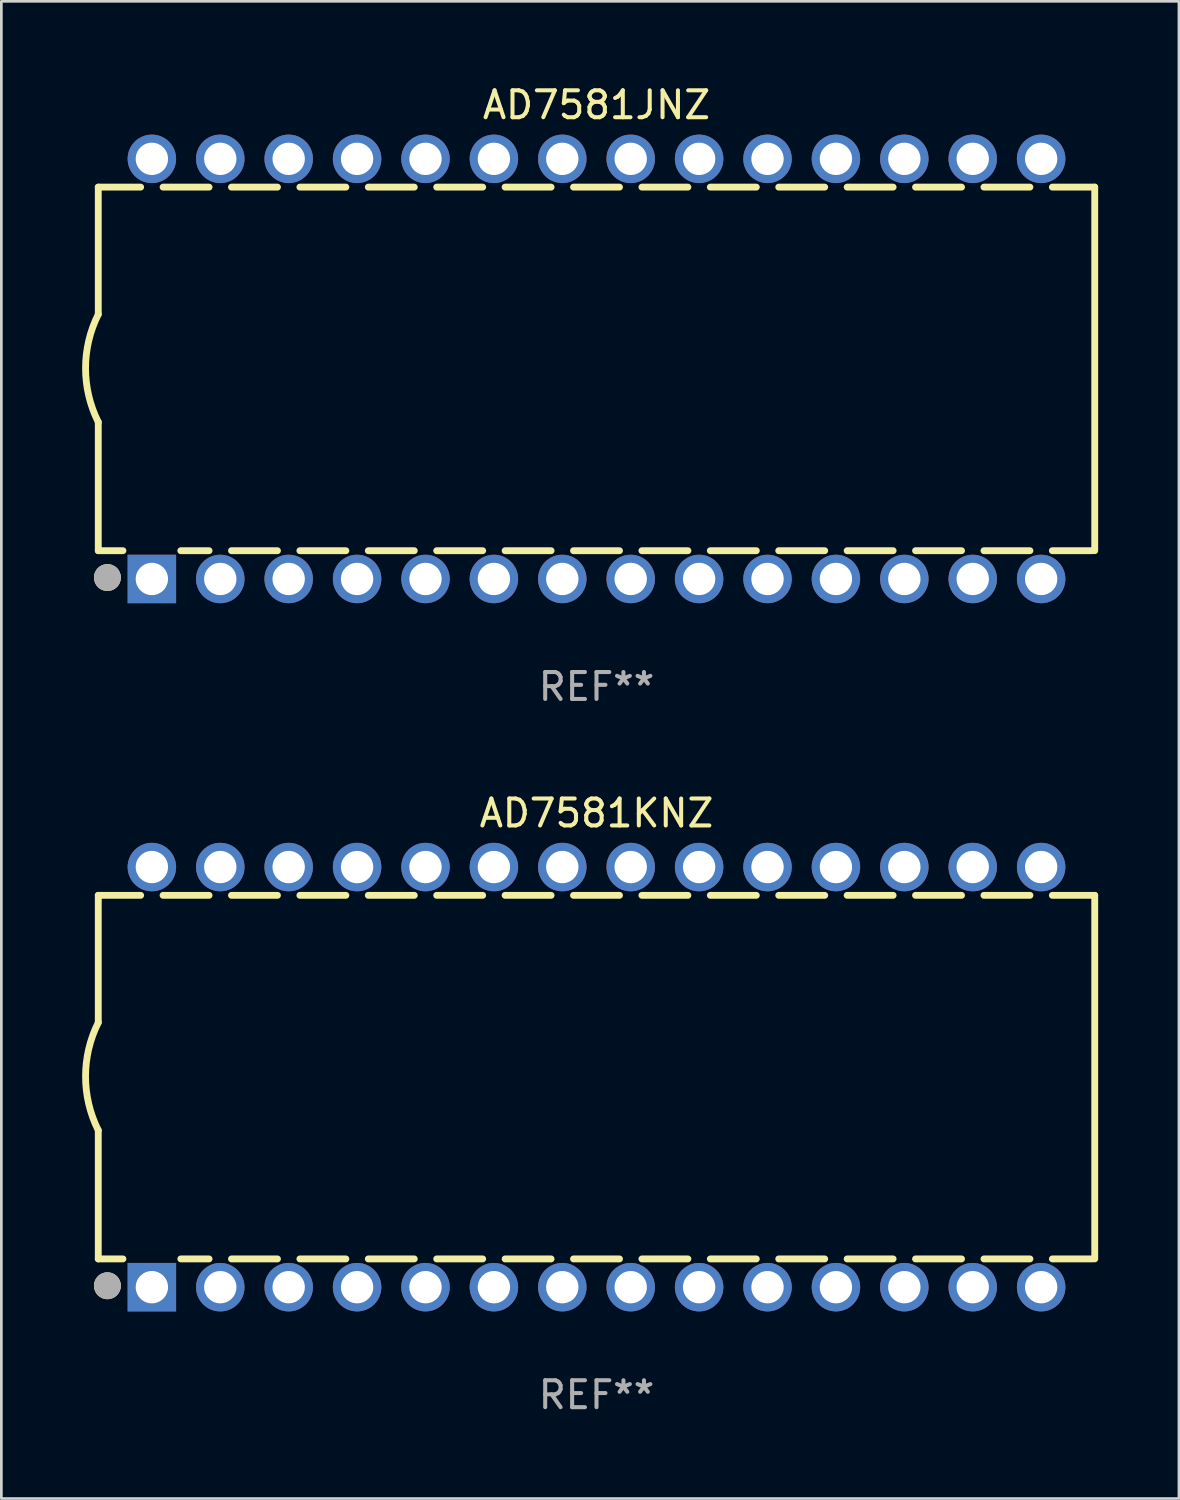
<source format=kicad_pcb>
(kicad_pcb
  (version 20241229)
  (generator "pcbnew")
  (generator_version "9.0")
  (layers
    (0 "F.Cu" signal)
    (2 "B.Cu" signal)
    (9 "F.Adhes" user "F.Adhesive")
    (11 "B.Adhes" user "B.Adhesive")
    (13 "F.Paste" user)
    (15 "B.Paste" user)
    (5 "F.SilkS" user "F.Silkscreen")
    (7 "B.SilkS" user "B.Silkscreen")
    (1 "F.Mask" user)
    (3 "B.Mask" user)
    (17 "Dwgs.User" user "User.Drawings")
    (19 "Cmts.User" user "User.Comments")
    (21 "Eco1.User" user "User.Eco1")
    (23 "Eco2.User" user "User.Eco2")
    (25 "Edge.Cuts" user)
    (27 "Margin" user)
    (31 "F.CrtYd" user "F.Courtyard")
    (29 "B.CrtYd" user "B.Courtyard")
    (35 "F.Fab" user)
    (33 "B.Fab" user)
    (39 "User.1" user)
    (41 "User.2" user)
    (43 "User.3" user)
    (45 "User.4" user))
  (footprint "AD7581JNZ"
    (layer "F.Cu")
    (at 19.099 10.648)
    (property "Reference" "AD7581JNZ" (at 0 -9.8 0) (layer "F.SilkS") (effects (font (size 1 1) (thickness 0.15))))
    (attr through_hole)
    (fp_line (start -18.5 -6.75) (end -18.5 -2.026) (stroke (width 0.254) (type solid)) (layer "F.SilkS"))
    (fp_line (start -18.5 -6.75) (end -16.926 -6.75) (stroke (width 0.254) (type solid)) (layer "F.SilkS"))
    (fp_line (start -18.5 6.75) (end -18.5 1.974) (stroke (width 0.254) (type solid)) (layer "F.SilkS"))
    (fp_line (start -18.5 6.75) (end -17.584 6.75) (stroke (width 0.254) (type solid)) (layer "F.SilkS"))
    (fp_line (start -16.094 -6.75) (end -14.386 -6.75) (stroke (width 0.254) (type solid)) (layer "F.SilkS"))
    (fp_line (start -15.436 6.75) (end -14.386 6.75) (stroke (width 0.254) (type solid)) (layer "F.SilkS"))
    (fp_line (start -13.554 -6.75) (end -11.846 -6.75) (stroke (width 0.254) (type solid)) (layer "F.SilkS"))
    (fp_line (start -13.554 6.75) (end -11.846 6.75) (stroke (width 0.254) (type solid)) (layer "F.SilkS"))
    (fp_line (start -11.014 -6.75) (end -9.306 -6.75) (stroke (width 0.254) (type solid)) (layer "F.SilkS"))
    (fp_line (start -11.014 6.75) (end -9.306 6.75) (stroke (width 0.254) (type solid)) (layer "F.SilkS"))
    (fp_line (start -8.474 -6.75) (end -6.766 -6.75) (stroke (width 0.254) (type solid)) (layer "F.SilkS"))
    (fp_line (start -8.474 6.75) (end -6.766 6.75) (stroke (width 0.254) (type solid)) (layer "F.SilkS"))
    (fp_line (start -5.934 -6.75) (end -4.226 -6.75) (stroke (width 0.254) (type solid)) (layer "F.SilkS"))
    (fp_line (start -5.934 6.75) (end -4.226 6.75) (stroke (width 0.254) (type solid)) (layer "F.SilkS"))
    (fp_line (start -3.394 -6.75) (end -1.686 -6.75) (stroke (width 0.254) (type solid)) (layer "F.SilkS"))
    (fp_line (start -3.394 6.75) (end -1.686 6.75) (stroke (width 0.254) (type solid)) (layer "F.SilkS"))
    (fp_line (start -0.854 -6.75) (end 0.854 -6.75) (stroke (width 0.254) (type solid)) (layer "F.SilkS"))
    (fp_line (start -0.854 6.75) (end 0.854 6.75) (stroke (width 0.254) (type solid)) (layer "F.SilkS"))
    (fp_line (start 1.686 -6.75) (end 3.394 -6.75) (stroke (width 0.254) (type solid)) (layer "F.SilkS"))
    (fp_line (start 1.686 6.75) (end 3.394 6.75) (stroke (width 0.254) (type solid)) (layer "F.SilkS"))
    (fp_line (start 4.226 -6.75) (end 5.934 -6.75) (stroke (width 0.254) (type solid)) (layer "F.SilkS"))
    (fp_line (start 4.226 6.75) (end 5.934 6.75) (stroke (width 0.254) (type solid)) (layer "F.SilkS"))
    (fp_line (start 6.766 -6.75) (end 8.474 -6.75) (stroke (width 0.254) (type solid)) (layer "F.SilkS"))
    (fp_line (start 6.766 6.75) (end 8.474 6.75) (stroke (width 0.254) (type solid)) (layer "F.SilkS"))
    (fp_line (start 9.306 -6.75) (end 11.014 -6.75) (stroke (width 0.254) (type solid)) (layer "F.SilkS"))
    (fp_line (start 9.306 6.75) (end 11.014 6.75) (stroke (width 0.254) (type solid)) (layer "F.SilkS"))
    (fp_line (start 11.846 -6.75) (end 13.554 -6.75) (stroke (width 0.254) (type solid)) (layer "F.SilkS"))
    (fp_line (start 11.846 6.75) (end 13.554 6.75) (stroke (width 0.254) (type solid)) (layer "F.SilkS"))
    (fp_line (start 14.386 -6.75) (end 16.094 -6.75) (stroke (width 0.254) (type solid)) (layer "F.SilkS"))
    (fp_line (start 14.386 6.75) (end 16.094 6.75) (stroke (width 0.254) (type solid)) (layer "F.SilkS"))
    (fp_line (start 16.926 -6.75) (end 18.5 -6.75) (stroke (width 0.254) (type solid)) (layer "F.SilkS"))
    (fp_line (start 16.926 6.75) (end 18.415 6.75) (stroke (width 0.254) (type solid)) (layer "F.SilkS"))
    (fp_line (start 18.5 6.75) (end 18.5 -6.75) (stroke (width 0.254) (type solid)) (layer "F.SilkS"))
    (fp_arc (start -18.500051 1.974384) (mid -18.972187 -0.025616) (end -18.500051 -2.025616) (stroke (width 0.254001) (type solid)) (layer "F.SilkS"))
    (fp_circle (center -18.5 7.8) (end -18.47 7.8) (stroke (width 0.06) (type solid)) (fill no) (layer "F.SilkS"))
    (fp_circle (center -18.161 7.747) (end -17.911 7.747) (stroke (width 0.5) (type solid)) (fill no) (layer "F.SilkS"))
    (fp_circle (center -18.161 7.747) (end -17.911 7.747) (stroke (width 0.5) (type solid)) (fill no) (layer "F.Fab"))
    (fp_text user "REF**" (at 0 11.8 0) (layer "F.Fab") (effects (font (size 1 1) (thickness 0.15))))
    (pad "1" thru_hole rect (at -16.51 7.8) (size 1.8 1.8) (drill 1.2) (layers "*.Cu" "*.Mask"))
    (pad "2" thru_hole circle (at -13.97 7.8) (size 1.8 1.8) (drill 1.2) (layers "*.Cu" "*.Mask"))
    (pad "3" thru_hole circle (at -11.43 7.8) (size 1.8 1.8) (drill 1.2) (layers "*.Cu" "*.Mask"))
    (pad "4" thru_hole circle (at -8.89 7.8) (size 1.8 1.8) (drill 1.2) (layers "*.Cu" "*.Mask"))
    (pad "5" thru_hole circle (at -6.35 7.8) (size 1.8 1.8) (drill 1.2) (layers "*.Cu" "*.Mask"))
    (pad "6" thru_hole circle (at -3.81 7.8) (size 1.8 1.8) (drill 1.2) (layers "*.Cu" "*.Mask"))
    (pad "7" thru_hole circle (at -1.27 7.8) (size 1.8 1.8) (drill 1.2) (layers "*.Cu" "*.Mask"))
    (pad "8" thru_hole circle (at 1.27 7.8) (size 1.8 1.8) (drill 1.2) (layers "*.Cu" "*.Mask"))
    (pad "9" thru_hole circle (at 3.81 7.8) (size 1.8 1.8) (drill 1.2) (layers "*.Cu" "*.Mask"))
    (pad "10" thru_hole circle (at 6.35 7.8) (size 1.8 1.8) (drill 1.2) (layers "*.Cu" "*.Mask"))
    (pad "11" thru_hole circle (at 8.89 7.8) (size 1.8 1.8) (drill 1.2) (layers "*.Cu" "*.Mask"))
    (pad "12" thru_hole circle (at 11.43 7.8) (size 1.8 1.8) (drill 1.2) (layers "*.Cu" "*.Mask"))
    (pad "13" thru_hole circle (at 13.97 7.8) (size 1.8 1.8) (drill 1.2) (layers "*.Cu" "*.Mask"))
    (pad "14" thru_hole circle (at 16.51 7.8) (size 1.8 1.8) (drill 1.2) (layers "*.Cu" "*.Mask"))
    (pad "15" thru_hole circle (at 16.51 -7.8) (size 1.8 1.8) (drill 1.2) (layers "*.Cu" "*.Mask"))
    (pad "16" thru_hole circle (at 13.97 -7.8) (size 1.8 1.8) (drill 1.2) (layers "*.Cu" "*.Mask"))
    (pad "17" thru_hole circle (at 11.43 -7.8) (size 1.8 1.8) (drill 1.2) (layers "*.Cu" "*.Mask"))
    (pad "18" thru_hole circle (at 8.89 -7.8) (size 1.8 1.8) (drill 1.2) (layers "*.Cu" "*.Mask"))
    (pad "19" thru_hole circle (at 6.35 -7.8) (size 1.8 1.8) (drill 1.2) (layers "*.Cu" "*.Mask"))
    (pad "20" thru_hole circle (at 3.81 -7.8) (size 1.8 1.8) (drill 1.2) (layers "*.Cu" "*.Mask"))
    (pad "21" thru_hole circle (at 1.27 -7.8) (size 1.8 1.8) (drill 1.2) (layers "*.Cu" "*.Mask"))
    (pad "22" thru_hole circle (at -1.27 -7.8) (size 1.8 1.8) (drill 1.2) (layers "*.Cu" "*.Mask"))
    (pad "23" thru_hole circle (at -3.81 -7.8) (size 1.8 1.8) (drill 1.2) (layers "*.Cu" "*.Mask"))
    (pad "24" thru_hole circle (at -6.35 -7.8) (size 1.8 1.8) (drill 1.2) (layers "*.Cu" "*.Mask"))
    (pad "25" thru_hole circle (at -8.89 -7.8) (size 1.8 1.8) (drill 1.2) (layers "*.Cu" "*.Mask"))
    (pad "26" thru_hole circle (at -11.43 -7.8) (size 1.8 1.8) (drill 1.2) (layers "*.Cu" "*.Mask"))
    (pad "27" thru_hole circle (at -13.97 -7.8) (size 1.8 1.8) (drill 1.2) (layers "*.Cu" "*.Mask"))
    (pad "28" thru_hole circle (at -16.51 -7.8) (size 1.8 1.8) (drill 1.2) (layers "*.Cu" "*.Mask")))
  (footprint "AD7581KNZ"
    (layer "F.Cu")
    (at 19.099 36.945)
    (property "Reference" "AD7581KNZ" (at 0 -9.8 0) (layer "F.SilkS") (effects (font (size 1 1) (thickness 0.15))))
    (attr through_hole)
    (fp_line (start -18.5 -6.75) (end -18.5 -2.026) (stroke (width 0.254) (type solid)) (layer "F.SilkS"))
    (fp_line (start -18.5 -6.75) (end -16.926 -6.75) (stroke (width 0.254) (type solid)) (layer "F.SilkS"))
    (fp_line (start -18.5 6.75) (end -18.5 1.974) (stroke (width 0.254) (type solid)) (layer "F.SilkS"))
    (fp_line (start -18.5 6.75) (end -17.584 6.75) (stroke (width 0.254) (type solid)) (layer "F.SilkS"))
    (fp_line (start -16.094 -6.75) (end -14.386 -6.75) (stroke (width 0.254) (type solid)) (layer "F.SilkS"))
    (fp_line (start -15.436 6.75) (end -14.386 6.75) (stroke (width 0.254) (type solid)) (layer "F.SilkS"))
    (fp_line (start -13.554 -6.75) (end -11.846 -6.75) (stroke (width 0.254) (type solid)) (layer "F.SilkS"))
    (fp_line (start -13.554 6.75) (end -11.846 6.75) (stroke (width 0.254) (type solid)) (layer "F.SilkS"))
    (fp_line (start -11.014 -6.75) (end -9.306 -6.75) (stroke (width 0.254) (type solid)) (layer "F.SilkS"))
    (fp_line (start -11.014 6.75) (end -9.306 6.75) (stroke (width 0.254) (type solid)) (layer "F.SilkS"))
    (fp_line (start -8.474 -6.75) (end -6.766 -6.75) (stroke (width 0.254) (type solid)) (layer "F.SilkS"))
    (fp_line (start -8.474 6.75) (end -6.766 6.75) (stroke (width 0.254) (type solid)) (layer "F.SilkS"))
    (fp_line (start -5.934 -6.75) (end -4.226 -6.75) (stroke (width 0.254) (type solid)) (layer "F.SilkS"))
    (fp_line (start -5.934 6.75) (end -4.226 6.75) (stroke (width 0.254) (type solid)) (layer "F.SilkS"))
    (fp_line (start -3.394 -6.75) (end -1.686 -6.75) (stroke (width 0.254) (type solid)) (layer "F.SilkS"))
    (fp_line (start -3.394 6.75) (end -1.686 6.75) (stroke (width 0.254) (type solid)) (layer "F.SilkS"))
    (fp_line (start -0.854 -6.75) (end 0.854 -6.75) (stroke (width 0.254) (type solid)) (layer "F.SilkS"))
    (fp_line (start -0.854 6.75) (end 0.854 6.75) (stroke (width 0.254) (type solid)) (layer "F.SilkS"))
    (fp_line (start 1.686 -6.75) (end 3.394 -6.75) (stroke (width 0.254) (type solid)) (layer "F.SilkS"))
    (fp_line (start 1.686 6.75) (end 3.394 6.75) (stroke (width 0.254) (type solid)) (layer "F.SilkS"))
    (fp_line (start 4.226 -6.75) (end 5.934 -6.75) (stroke (width 0.254) (type solid)) (layer "F.SilkS"))
    (fp_line (start 4.226 6.75) (end 5.934 6.75) (stroke (width 0.254) (type solid)) (layer "F.SilkS"))
    (fp_line (start 6.766 -6.75) (end 8.474 -6.75) (stroke (width 0.254) (type solid)) (layer "F.SilkS"))
    (fp_line (start 6.766 6.75) (end 8.474 6.75) (stroke (width 0.254) (type solid)) (layer "F.SilkS"))
    (fp_line (start 9.306 -6.75) (end 11.014 -6.75) (stroke (width 0.254) (type solid)) (layer "F.SilkS"))
    (fp_line (start 9.306 6.75) (end 11.014 6.75) (stroke (width 0.254) (type solid)) (layer "F.SilkS"))
    (fp_line (start 11.846 -6.75) (end 13.554 -6.75) (stroke (width 0.254) (type solid)) (layer "F.SilkS"))
    (fp_line (start 11.846 6.75) (end 13.554 6.75) (stroke (width 0.254) (type solid)) (layer "F.SilkS"))
    (fp_line (start 14.386 -6.75) (end 16.094 -6.75) (stroke (width 0.254) (type solid)) (layer "F.SilkS"))
    (fp_line (start 14.386 6.75) (end 16.094 6.75) (stroke (width 0.254) (type solid)) (layer "F.SilkS"))
    (fp_line (start 16.926 -6.75) (end 18.5 -6.75) (stroke (width 0.254) (type solid)) (layer "F.SilkS"))
    (fp_line (start 16.926 6.75) (end 18.415 6.75) (stroke (width 0.254) (type solid)) (layer "F.SilkS"))
    (fp_line (start 18.5 6.75) (end 18.5 -6.75) (stroke (width 0.254) (type solid)) (layer "F.SilkS"))
    (fp_arc (start -18.500051 1.974384) (mid -18.972187 -0.025616) (end -18.500051 -2.025616) (stroke (width 0.254001) (type solid)) (layer "F.SilkS"))
    (fp_circle (center -18.5 7.8) (end -18.47 7.8) (stroke (width 0.06) (type solid)) (fill no) (layer "F.SilkS"))
    (fp_circle (center -18.161 7.747) (end -17.911 7.747) (stroke (width 0.5) (type solid)) (fill no) (layer "F.SilkS"))
    (fp_circle (center -18.161 7.747) (end -17.911 7.747) (stroke (width 0.5) (type solid)) (fill no) (layer "F.Fab"))
    (fp_text user "REF**" (at 0 11.8 0) (layer "F.Fab") (effects (font (size 1 1) (thickness 0.15))))
    (pad "1" thru_hole rect (at -16.51 7.8) (size 1.8 1.8) (drill 1.2) (layers "*.Cu" "*.Mask"))
    (pad "2" thru_hole circle (at -13.97 7.8) (size 1.8 1.8) (drill 1.2) (layers "*.Cu" "*.Mask"))
    (pad "3" thru_hole circle (at -11.43 7.8) (size 1.8 1.8) (drill 1.2) (layers "*.Cu" "*.Mask"))
    (pad "4" thru_hole circle (at -8.89 7.8) (size 1.8 1.8) (drill 1.2) (layers "*.Cu" "*.Mask"))
    (pad "5" thru_hole circle (at -6.35 7.8) (size 1.8 1.8) (drill 1.2) (layers "*.Cu" "*.Mask"))
    (pad "6" thru_hole circle (at -3.81 7.8) (size 1.8 1.8) (drill 1.2) (layers "*.Cu" "*.Mask"))
    (pad "7" thru_hole circle (at -1.27 7.8) (size 1.8 1.8) (drill 1.2) (layers "*.Cu" "*.Mask"))
    (pad "8" thru_hole circle (at 1.27 7.8) (size 1.8 1.8) (drill 1.2) (layers "*.Cu" "*.Mask"))
    (pad "9" thru_hole circle (at 3.81 7.8) (size 1.8 1.8) (drill 1.2) (layers "*.Cu" "*.Mask"))
    (pad "10" thru_hole circle (at 6.35 7.8) (size 1.8 1.8) (drill 1.2) (layers "*.Cu" "*.Mask"))
    (pad "11" thru_hole circle (at 8.89 7.8) (size 1.8 1.8) (drill 1.2) (layers "*.Cu" "*.Mask"))
    (pad "12" thru_hole circle (at 11.43 7.8) (size 1.8 1.8) (drill 1.2) (layers "*.Cu" "*.Mask"))
    (pad "13" thru_hole circle (at 13.97 7.8) (size 1.8 1.8) (drill 1.2) (layers "*.Cu" "*.Mask"))
    (pad "14" thru_hole circle (at 16.51 7.8) (size 1.8 1.8) (drill 1.2) (layers "*.Cu" "*.Mask"))
    (pad "15" thru_hole circle (at 16.51 -7.8) (size 1.8 1.8) (drill 1.2) (layers "*.Cu" "*.Mask"))
    (pad "16" thru_hole circle (at 13.97 -7.8) (size 1.8 1.8) (drill 1.2) (layers "*.Cu" "*.Mask"))
    (pad "17" thru_hole circle (at 11.43 -7.8) (size 1.8 1.8) (drill 1.2) (layers "*.Cu" "*.Mask"))
    (pad "18" thru_hole circle (at 8.89 -7.8) (size 1.8 1.8) (drill 1.2) (layers "*.Cu" "*.Mask"))
    (pad "19" thru_hole circle (at 6.35 -7.8) (size 1.8 1.8) (drill 1.2) (layers "*.Cu" "*.Mask"))
    (pad "20" thru_hole circle (at 3.81 -7.8) (size 1.8 1.8) (drill 1.2) (layers "*.Cu" "*.Mask"))
    (pad "21" thru_hole circle (at 1.27 -7.8) (size 1.8 1.8) (drill 1.2) (layers "*.Cu" "*.Mask"))
    (pad "22" thru_hole circle (at -1.27 -7.8) (size 1.8 1.8) (drill 1.2) (layers "*.Cu" "*.Mask"))
    (pad "23" thru_hole circle (at -3.81 -7.8) (size 1.8 1.8) (drill 1.2) (layers "*.Cu" "*.Mask"))
    (pad "24" thru_hole circle (at -6.35 -7.8) (size 1.8 1.8) (drill 1.2) (layers "*.Cu" "*.Mask"))
    (pad "25" thru_hole circle (at -8.89 -7.8) (size 1.8 1.8) (drill 1.2) (layers "*.Cu" "*.Mask"))
    (pad "26" thru_hole circle (at -11.43 -7.8) (size 1.8 1.8) (drill 1.2) (layers "*.Cu" "*.Mask"))
    (pad "27" thru_hole circle (at -13.97 -7.8) (size 1.8 1.8) (drill 1.2) (layers "*.Cu" "*.Mask"))
    (pad "28" thru_hole circle (at -16.51 -7.8) (size 1.8 1.8) (drill 1.2) (layers "*.Cu" "*.Mask")))
  (gr_rect
    (start -3 -3)
    (end 40.726 52.593)
    (stroke (width 0.1) (type default))
    (fill no)
    (layer "Edge.Cuts")))
</source>
